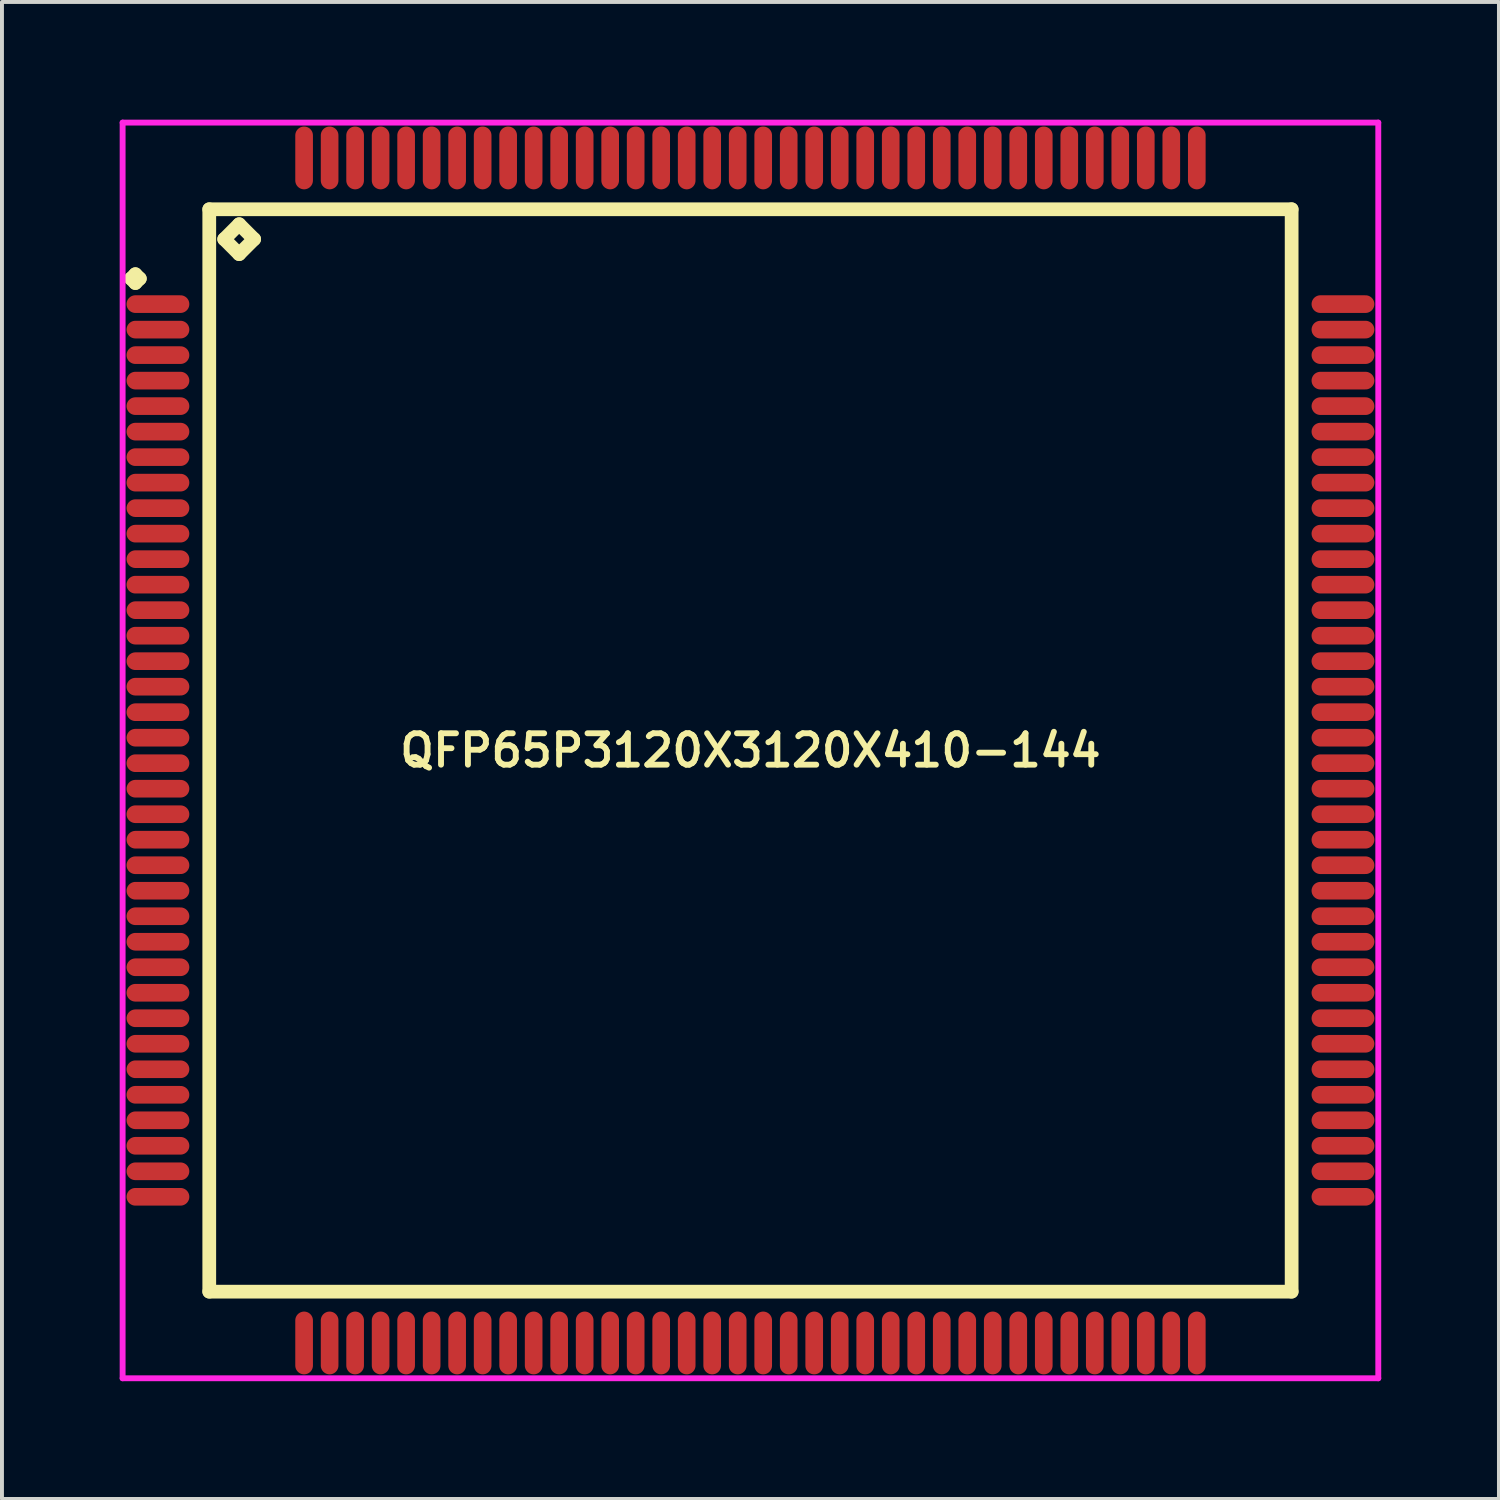
<source format=kicad_pcb>
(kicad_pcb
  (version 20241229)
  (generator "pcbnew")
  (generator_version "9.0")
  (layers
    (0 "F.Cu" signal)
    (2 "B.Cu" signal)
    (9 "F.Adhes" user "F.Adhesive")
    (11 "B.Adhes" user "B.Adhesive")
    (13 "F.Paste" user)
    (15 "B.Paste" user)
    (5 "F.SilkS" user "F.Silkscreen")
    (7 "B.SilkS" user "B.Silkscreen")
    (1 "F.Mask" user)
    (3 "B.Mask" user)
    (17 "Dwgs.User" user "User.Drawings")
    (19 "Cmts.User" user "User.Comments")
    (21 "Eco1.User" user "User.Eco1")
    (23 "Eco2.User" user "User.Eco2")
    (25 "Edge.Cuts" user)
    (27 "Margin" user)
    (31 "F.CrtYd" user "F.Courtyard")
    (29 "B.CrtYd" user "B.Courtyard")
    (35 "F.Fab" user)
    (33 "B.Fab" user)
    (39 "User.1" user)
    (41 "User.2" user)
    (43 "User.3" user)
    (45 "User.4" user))
  (footprint "QFP65P3120X3120X410-144"
    (layer "F.Cu")
    (at 16.075 16.075)
    (property "Reference" "QFP65P3120X3120X410-144" (at 0 0 0) (layer "F.SilkS") (effects (font (size 0.8 0.8) (thickness 0.15))))
    (attr through_hole)
    (fp_line (start -15.787 -12.025) (end -15.675 -12.137) (stroke (width 0.35) (type solid)) (layer "F.SilkS"))
    (fp_line (start -15.675 -12.137) (end -15.562 -12.025) (stroke (width 0.35) (type solid)) (layer "F.SilkS"))
    (fp_line (start -15.675 -11.912) (end -15.787 -12.025) (stroke (width 0.35) (type solid)) (layer "F.SilkS"))
    (fp_line (start -15.562 -12.025) (end -15.675 -11.912) (stroke (width 0.35) (type solid)) (layer "F.SilkS"))
    (fp_line (start -13.792 -13.792) (end -13.792 13.792) (stroke (width 0.35) (type solid)) (layer "F.SilkS"))
    (fp_line (start -13.792 13.792) (end 13.792 13.792) (stroke (width 0.35) (type solid)) (layer "F.SilkS"))
    (fp_line (start -13.411 -13.03) (end -13.03 -13.411) (stroke (width 0.35) (type solid)) (layer "F.SilkS"))
    (fp_line (start -13.03 -13.411) (end -12.649 -13.03) (stroke (width 0.35) (type solid)) (layer "F.SilkS"))
    (fp_line (start -13.03 -12.649) (end -13.411 -13.03) (stroke (width 0.35) (type solid)) (layer "F.SilkS"))
    (fp_line (start -12.649 -13.03) (end -13.03 -12.649) (stroke (width 0.35) (type solid)) (layer "F.SilkS"))
    (fp_line (start 13.792 -13.792) (end -13.792 -13.792) (stroke (width 0.35) (type solid)) (layer "F.SilkS"))
    (fp_line (start 13.792 13.792) (end 13.792 -13.792) (stroke (width 0.35) (type solid)) (layer "F.SilkS"))
    (fp_line (start -16 -16) (end 16 -16) (stroke (width 0.15) (type solid)) (layer "F.CrtYd"))
    (fp_line (start -16 16) (end -16 -16) (stroke (width 0.15) (type solid)) (layer "F.CrtYd"))
    (fp_line (start 16 -16) (end 16 16) (stroke (width 0.15) (type solid)) (layer "F.CrtYd"))
    (fp_line (start 16 16) (end -16 16) (stroke (width 0.15) (type solid)) (layer "F.CrtYd"))
    (pad "1" smd oval (at -15.1 -11.375) (size 1.6 0.45) (layers "F.Cu" "F.Mask" "F.Paste"))
    (pad "2" smd oval (at -15.1 -10.725) (size 1.6 0.45) (layers "F.Cu" "F.Mask" "F.Paste"))
    (pad "3" smd oval (at -15.1 -10.075) (size 1.6 0.45) (layers "F.Cu" "F.Mask" "F.Paste"))
    (pad "4" smd oval (at -15.1 -9.425) (size 1.6 0.45) (layers "F.Cu" "F.Mask" "F.Paste"))
    (pad "5" smd oval (at -15.1 -8.775) (size 1.6 0.45) (layers "F.Cu" "F.Mask" "F.Paste"))
    (pad "6" smd oval (at -15.1 -8.125) (size 1.6 0.45) (layers "F.Cu" "F.Mask" "F.Paste"))
    (pad "7" smd oval (at -15.1 -7.475) (size 1.6 0.45) (layers "F.Cu" "F.Mask" "F.Paste"))
    (pad "8" smd oval (at -15.1 -6.825) (size 1.6 0.45) (layers "F.Cu" "F.Mask" "F.Paste"))
    (pad "9" smd oval (at -15.1 -6.175) (size 1.6 0.45) (layers "F.Cu" "F.Mask" "F.Paste"))
    (pad "10" smd oval (at -15.1 -5.525) (size 1.6 0.45) (layers "F.Cu" "F.Mask" "F.Paste"))
    (pad "11" smd oval (at -15.1 -4.875) (size 1.6 0.45) (layers "F.Cu" "F.Mask" "F.Paste"))
    (pad "12" smd oval (at -15.1 -4.225) (size 1.6 0.45) (layers "F.Cu" "F.Mask" "F.Paste"))
    (pad "13" smd oval (at -15.1 -3.575) (size 1.6 0.45) (layers "F.Cu" "F.Mask" "F.Paste"))
    (pad "14" smd oval (at -15.1 -2.925) (size 1.6 0.45) (layers "F.Cu" "F.Mask" "F.Paste"))
    (pad "15" smd oval (at -15.1 -2.275) (size 1.6 0.45) (layers "F.Cu" "F.Mask" "F.Paste"))
    (pad "16" smd oval (at -15.1 -1.625) (size 1.6 0.45) (layers "F.Cu" "F.Mask" "F.Paste"))
    (pad "17" smd oval (at -15.1 -0.975) (size 1.6 0.45) (layers "F.Cu" "F.Mask" "F.Paste"))
    (pad "18" smd oval (at -15.1 -0.325) (size 1.6 0.45) (layers "F.Cu" "F.Mask" "F.Paste"))
    (pad "19" smd oval (at -15.1 0.325) (size 1.6 0.45) (layers "F.Cu" "F.Mask" "F.Paste"))
    (pad "20" smd oval (at -15.1 0.975) (size 1.6 0.45) (layers "F.Cu" "F.Mask" "F.Paste"))
    (pad "21" smd oval (at -15.1 1.625) (size 1.6 0.45) (layers "F.Cu" "F.Mask" "F.Paste"))
    (pad "22" smd oval (at -15.1 2.275) (size 1.6 0.45) (layers "F.Cu" "F.Mask" "F.Paste"))
    (pad "23" smd oval (at -15.1 2.925) (size 1.6 0.45) (layers "F.Cu" "F.Mask" "F.Paste"))
    (pad "24" smd oval (at -15.1 3.575) (size 1.6 0.45) (layers "F.Cu" "F.Mask" "F.Paste"))
    (pad "25" smd oval (at -15.1 4.225) (size 1.6 0.45) (layers "F.Cu" "F.Mask" "F.Paste"))
    (pad "26" smd oval (at -15.1 4.875) (size 1.6 0.45) (layers "F.Cu" "F.Mask" "F.Paste"))
    (pad "27" smd oval (at -15.1 5.525) (size 1.6 0.45) (layers "F.Cu" "F.Mask" "F.Paste"))
    (pad "28" smd oval (at -15.1 6.175) (size 1.6 0.45) (layers "F.Cu" "F.Mask" "F.Paste"))
    (pad "29" smd oval (at -15.1 6.825) (size 1.6 0.45) (layers "F.Cu" "F.Mask" "F.Paste"))
    (pad "30" smd oval (at -15.1 7.475) (size 1.6 0.45) (layers "F.Cu" "F.Mask" "F.Paste"))
    (pad "31" smd oval (at -15.1 8.125) (size 1.6 0.45) (layers "F.Cu" "F.Mask" "F.Paste"))
    (pad "32" smd oval (at -15.1 8.775) (size 1.6 0.45) (layers "F.Cu" "F.Mask" "F.Paste"))
    (pad "33" smd oval (at -15.1 9.425) (size 1.6 0.45) (layers "F.Cu" "F.Mask" "F.Paste"))
    (pad "34" smd oval (at -15.1 10.075) (size 1.6 0.45) (layers "F.Cu" "F.Mask" "F.Paste"))
    (pad "35" smd oval (at -15.1 10.725) (size 1.6 0.45) (layers "F.Cu" "F.Mask" "F.Paste"))
    (pad "36" smd oval (at -15.1 11.375) (size 1.6 0.45) (layers "F.Cu" "F.Mask" "F.Paste"))
    (pad "37" smd oval (at -11.375 15.1) (size 0.45 1.6) (layers "F.Cu" "F.Mask" "F.Paste"))
    (pad "38" smd oval (at -10.725 15.1) (size 0.45 1.6) (layers "F.Cu" "F.Mask" "F.Paste"))
    (pad "39" smd oval (at -10.075 15.1) (size 0.45 1.6) (layers "F.Cu" "F.Mask" "F.Paste"))
    (pad "40" smd oval (at -9.425 15.1) (size 0.45 1.6) (layers "F.Cu" "F.Mask" "F.Paste"))
    (pad "41" smd oval (at -8.775 15.1) (size 0.45 1.6) (layers "F.Cu" "F.Mask" "F.Paste"))
    (pad "42" smd oval (at -8.125 15.1) (size 0.45 1.6) (layers "F.Cu" "F.Mask" "F.Paste"))
    (pad "43" smd oval (at -7.475 15.1) (size 0.45 1.6) (layers "F.Cu" "F.Mask" "F.Paste"))
    (pad "44" smd oval (at -6.825 15.1) (size 0.45 1.6) (layers "F.Cu" "F.Mask" "F.Paste"))
    (pad "45" smd oval (at -6.175 15.1) (size 0.45 1.6) (layers "F.Cu" "F.Mask" "F.Paste"))
    (pad "46" smd oval (at -5.525 15.1) (size 0.45 1.6) (layers "F.Cu" "F.Mask" "F.Paste"))
    (pad "47" smd oval (at -4.875 15.1) (size 0.45 1.6) (layers "F.Cu" "F.Mask" "F.Paste"))
    (pad "48" smd oval (at -4.225 15.1) (size 0.45 1.6) (layers "F.Cu" "F.Mask" "F.Paste"))
    (pad "49" smd oval (at -3.575 15.1) (size 0.45 1.6) (layers "F.Cu" "F.Mask" "F.Paste"))
    (pad "50" smd oval (at -2.925 15.1) (size 0.45 1.6) (layers "F.Cu" "F.Mask" "F.Paste"))
    (pad "51" smd oval (at -2.275 15.1) (size 0.45 1.6) (layers "F.Cu" "F.Mask" "F.Paste"))
    (pad "52" smd oval (at -1.625 15.1) (size 0.45 1.6) (layers "F.Cu" "F.Mask" "F.Paste"))
    (pad "53" smd oval (at -0.975 15.1) (size 0.45 1.6) (layers "F.Cu" "F.Mask" "F.Paste"))
    (pad "54" smd oval (at -0.325 15.1) (size 0.45 1.6) (layers "F.Cu" "F.Mask" "F.Paste"))
    (pad "55" smd oval (at 0.325 15.1) (size 0.45 1.6) (layers "F.Cu" "F.Mask" "F.Paste"))
    (pad "56" smd oval (at 0.975 15.1) (size 0.45 1.6) (layers "F.Cu" "F.Mask" "F.Paste"))
    (pad "57" smd oval (at 1.625 15.1) (size 0.45 1.6) (layers "F.Cu" "F.Mask" "F.Paste"))
    (pad "58" smd oval (at 2.275 15.1) (size 0.45 1.6) (layers "F.Cu" "F.Mask" "F.Paste"))
    (pad "59" smd oval (at 2.925 15.1) (size 0.45 1.6) (layers "F.Cu" "F.Mask" "F.Paste"))
    (pad "60" smd oval (at 3.575 15.1) (size 0.45 1.6) (layers "F.Cu" "F.Mask" "F.Paste"))
    (pad "61" smd oval (at 4.225 15.1) (size 0.45 1.6) (layers "F.Cu" "F.Mask" "F.Paste"))
    (pad "62" smd oval (at 4.875 15.1) (size 0.45 1.6) (layers "F.Cu" "F.Mask" "F.Paste"))
    (pad "63" smd oval (at 5.525 15.1) (size 0.45 1.6) (layers "F.Cu" "F.Mask" "F.Paste"))
    (pad "64" smd oval (at 6.175 15.1) (size 0.45 1.6) (layers "F.Cu" "F.Mask" "F.Paste"))
    (pad "65" smd oval (at 6.825 15.1) (size 0.45 1.6) (layers "F.Cu" "F.Mask" "F.Paste"))
    (pad "66" smd oval (at 7.475 15.1) (size 0.45 1.6) (layers "F.Cu" "F.Mask" "F.Paste"))
    (pad "67" smd oval (at 8.125 15.1) (size 0.45 1.6) (layers "F.Cu" "F.Mask" "F.Paste"))
    (pad "68" smd oval (at 8.775 15.1) (size 0.45 1.6) (layers "F.Cu" "F.Mask" "F.Paste"))
    (pad "69" smd oval (at 9.425 15.1) (size 0.45 1.6) (layers "F.Cu" "F.Mask" "F.Paste"))
    (pad "70" smd oval (at 10.075 15.1) (size 0.45 1.6) (layers "F.Cu" "F.Mask" "F.Paste"))
    (pad "71" smd oval (at 10.725 15.1) (size 0.45 1.6) (layers "F.Cu" "F.Mask" "F.Paste"))
    (pad "72" smd oval (at 11.375 15.1) (size 0.45 1.6) (layers "F.Cu" "F.Mask" "F.Paste"))
    (pad "73" smd oval (at 15.1 11.375) (size 1.6 0.45) (layers "F.Cu" "F.Mask" "F.Paste"))
    (pad "74" smd oval (at 15.1 10.725) (size 1.6 0.45) (layers "F.Cu" "F.Mask" "F.Paste"))
    (pad "75" smd oval (at 15.1 10.075) (size 1.6 0.45) (layers "F.Cu" "F.Mask" "F.Paste"))
    (pad "76" smd oval (at 15.1 9.425) (size 1.6 0.45) (layers "F.Cu" "F.Mask" "F.Paste"))
    (pad "77" smd oval (at 15.1 8.775) (size 1.6 0.45) (layers "F.Cu" "F.Mask" "F.Paste"))
    (pad "78" smd oval (at 15.1 8.125) (size 1.6 0.45) (layers "F.Cu" "F.Mask" "F.Paste"))
    (pad "79" smd oval (at 15.1 7.475) (size 1.6 0.45) (layers "F.Cu" "F.Mask" "F.Paste"))
    (pad "80" smd oval (at 15.1 6.825) (size 1.6 0.45) (layers "F.Cu" "F.Mask" "F.Paste"))
    (pad "81" smd oval (at 15.1 6.175) (size 1.6 0.45) (layers "F.Cu" "F.Mask" "F.Paste"))
    (pad "82" smd oval (at 15.1 5.525) (size 1.6 0.45) (layers "F.Cu" "F.Mask" "F.Paste"))
    (pad "83" smd oval (at 15.1 4.875) (size 1.6 0.45) (layers "F.Cu" "F.Mask" "F.Paste"))
    (pad "84" smd oval (at 15.1 4.225) (size 1.6 0.45) (layers "F.Cu" "F.Mask" "F.Paste"))
    (pad "85" smd oval (at 15.1 3.575) (size 1.6 0.45) (layers "F.Cu" "F.Mask" "F.Paste"))
    (pad "86" smd oval (at 15.1 2.925) (size 1.6 0.45) (layers "F.Cu" "F.Mask" "F.Paste"))
    (pad "87" smd oval (at 15.1 2.275) (size 1.6 0.45) (layers "F.Cu" "F.Mask" "F.Paste"))
    (pad "88" smd oval (at 15.1 1.625) (size 1.6 0.45) (layers "F.Cu" "F.Mask" "F.Paste"))
    (pad "89" smd oval (at 15.1 0.975) (size 1.6 0.45) (layers "F.Cu" "F.Mask" "F.Paste"))
    (pad "90" smd oval (at 15.1 0.325) (size 1.6 0.45) (layers "F.Cu" "F.Mask" "F.Paste"))
    (pad "91" smd oval (at 15.1 -0.325) (size 1.6 0.45) (layers "F.Cu" "F.Mask" "F.Paste"))
    (pad "92" smd oval (at 15.1 -0.975) (size 1.6 0.45) (layers "F.Cu" "F.Mask" "F.Paste"))
    (pad "93" smd oval (at 15.1 -1.625) (size 1.6 0.45) (layers "F.Cu" "F.Mask" "F.Paste"))
    (pad "94" smd oval (at 15.1 -2.275) (size 1.6 0.45) (layers "F.Cu" "F.Mask" "F.Paste"))
    (pad "95" smd oval (at 15.1 -2.925) (size 1.6 0.45) (layers "F.Cu" "F.Mask" "F.Paste"))
    (pad "96" smd oval (at 15.1 -3.575) (size 1.6 0.45) (layers "F.Cu" "F.Mask" "F.Paste"))
    (pad "97" smd oval (at 15.1 -4.225) (size 1.6 0.45) (layers "F.Cu" "F.Mask" "F.Paste"))
    (pad "98" smd oval (at 15.1 -4.875) (size 1.6 0.45) (layers "F.Cu" "F.Mask" "F.Paste"))
    (pad "99" smd oval (at 15.1 -5.525) (size 1.6 0.45) (layers "F.Cu" "F.Mask" "F.Paste"))
    (pad "100" smd oval (at 15.1 -6.175) (size 1.6 0.45) (layers "F.Cu" "F.Mask" "F.Paste"))
    (pad "101" smd oval (at 15.1 -6.825) (size 1.6 0.45) (layers "F.Cu" "F.Mask" "F.Paste"))
    (pad "102" smd oval (at 15.1 -7.475) (size 1.6 0.45) (layers "F.Cu" "F.Mask" "F.Paste"))
    (pad "103" smd oval (at 15.1 -8.125) (size 1.6 0.45) (layers "F.Cu" "F.Mask" "F.Paste"))
    (pad "104" smd oval (at 15.1 -8.775) (size 1.6 0.45) (layers "F.Cu" "F.Mask" "F.Paste"))
    (pad "105" smd oval (at 15.1 -9.425) (size 1.6 0.45) (layers "F.Cu" "F.Mask" "F.Paste"))
    (pad "106" smd oval (at 15.1 -10.075) (size 1.6 0.45) (layers "F.Cu" "F.Mask" "F.Paste"))
    (pad "107" smd oval (at 15.1 -10.725) (size 1.6 0.45) (layers "F.Cu" "F.Mask" "F.Paste"))
    (pad "108" smd oval (at 15.1 -11.375) (size 1.6 0.45) (layers "F.Cu" "F.Mask" "F.Paste"))
    (pad "109" smd oval (at 11.375 -15.1) (size 0.45 1.6) (layers "F.Cu" "F.Mask" "F.Paste"))
    (pad "110" smd oval (at 10.725 -15.1) (size 0.45 1.6) (layers "F.Cu" "F.Mask" "F.Paste"))
    (pad "111" smd oval (at 10.075 -15.1) (size 0.45 1.6) (layers "F.Cu" "F.Mask" "F.Paste"))
    (pad "112" smd oval (at 9.425 -15.1) (size 0.45 1.6) (layers "F.Cu" "F.Mask" "F.Paste"))
    (pad "113" smd oval (at 8.775 -15.1) (size 0.45 1.6) (layers "F.Cu" "F.Mask" "F.Paste"))
    (pad "114" smd oval (at 8.125 -15.1) (size 0.45 1.6) (layers "F.Cu" "F.Mask" "F.Paste"))
    (pad "115" smd oval (at 7.475 -15.1) (size 0.45 1.6) (layers "F.Cu" "F.Mask" "F.Paste"))
    (pad "116" smd oval (at 6.825 -15.1) (size 0.45 1.6) (layers "F.Cu" "F.Mask" "F.Paste"))
    (pad "117" smd oval (at 6.175 -15.1) (size 0.45 1.6) (layers "F.Cu" "F.Mask" "F.Paste"))
    (pad "118" smd oval (at 5.525 -15.1) (size 0.45 1.6) (layers "F.Cu" "F.Mask" "F.Paste"))
    (pad "119" smd oval (at 4.875 -15.1) (size 0.45 1.6) (layers "F.Cu" "F.Mask" "F.Paste"))
    (pad "120" smd oval (at 4.225 -15.1) (size 0.45 1.6) (layers "F.Cu" "F.Mask" "F.Paste"))
    (pad "121" smd oval (at 3.575 -15.1) (size 0.45 1.6) (layers "F.Cu" "F.Mask" "F.Paste"))
    (pad "122" smd oval (at 2.925 -15.1) (size 0.45 1.6) (layers "F.Cu" "F.Mask" "F.Paste"))
    (pad "123" smd oval (at 2.275 -15.1) (size 0.45 1.6) (layers "F.Cu" "F.Mask" "F.Paste"))
    (pad "124" smd oval (at 1.625 -15.1) (size 0.45 1.6) (layers "F.Cu" "F.Mask" "F.Paste"))
    (pad "125" smd oval (at 0.975 -15.1) (size 0.45 1.6) (layers "F.Cu" "F.Mask" "F.Paste"))
    (pad "126" smd oval (at 0.325 -15.1) (size 0.45 1.6) (layers "F.Cu" "F.Mask" "F.Paste"))
    (pad "127" smd oval (at -0.325 -15.1) (size 0.45 1.6) (layers "F.Cu" "F.Mask" "F.Paste"))
    (pad "128" smd oval (at -0.975 -15.1) (size 0.45 1.6) (layers "F.Cu" "F.Mask" "F.Paste"))
    (pad "129" smd oval (at -1.625 -15.1) (size 0.45 1.6) (layers "F.Cu" "F.Mask" "F.Paste"))
    (pad "130" smd oval (at -2.275 -15.1) (size 0.45 1.6) (layers "F.Cu" "F.Mask" "F.Paste"))
    (pad "131" smd oval (at -2.925 -15.1) (size 0.45 1.6) (layers "F.Cu" "F.Mask" "F.Paste"))
    (pad "132" smd oval (at -3.575 -15.1) (size 0.45 1.6) (layers "F.Cu" "F.Mask" "F.Paste"))
    (pad "133" smd oval (at -4.225 -15.1) (size 0.45 1.6) (layers "F.Cu" "F.Mask" "F.Paste"))
    (pad "134" smd oval (at -4.875 -15.1) (size 0.45 1.6) (layers "F.Cu" "F.Mask" "F.Paste"))
    (pad "135" smd oval (at -5.525 -15.1) (size 0.45 1.6) (layers "F.Cu" "F.Mask" "F.Paste"))
    (pad "136" smd oval (at -6.175 -15.1) (size 0.45 1.6) (layers "F.Cu" "F.Mask" "F.Paste"))
    (pad "137" smd oval (at -6.825 -15.1) (size 0.45 1.6) (layers "F.Cu" "F.Mask" "F.Paste"))
    (pad "138" smd oval (at -7.475 -15.1) (size 0.45 1.6) (layers "F.Cu" "F.Mask" "F.Paste"))
    (pad "139" smd oval (at -8.125 -15.1) (size 0.45 1.6) (layers "F.Cu" "F.Mask" "F.Paste"))
    (pad "140" smd oval (at -8.775 -15.1) (size 0.45 1.6) (layers "F.Cu" "F.Mask" "F.Paste"))
    (pad "141" smd oval (at -9.425 -15.1) (size 0.45 1.6) (layers "F.Cu" "F.Mask" "F.Paste"))
    (pad "142" smd oval (at -10.075 -15.1) (size 0.45 1.6) (layers "F.Cu" "F.Mask" "F.Paste"))
    (pad "143" smd oval (at -10.725 -15.1) (size 0.45 1.6) (layers "F.Cu" "F.Mask" "F.Paste"))
    (pad "144" smd oval (at -11.375 -15.1) (size 0.45 1.6) (layers "F.Cu" "F.Mask" "F.Paste")))
  (gr_rect
    (start -3 -3)
    (end 35.15 35.15)
    (stroke (width 0.1) (type default))
    (fill no)
    (layer "Edge.Cuts")))
</source>
